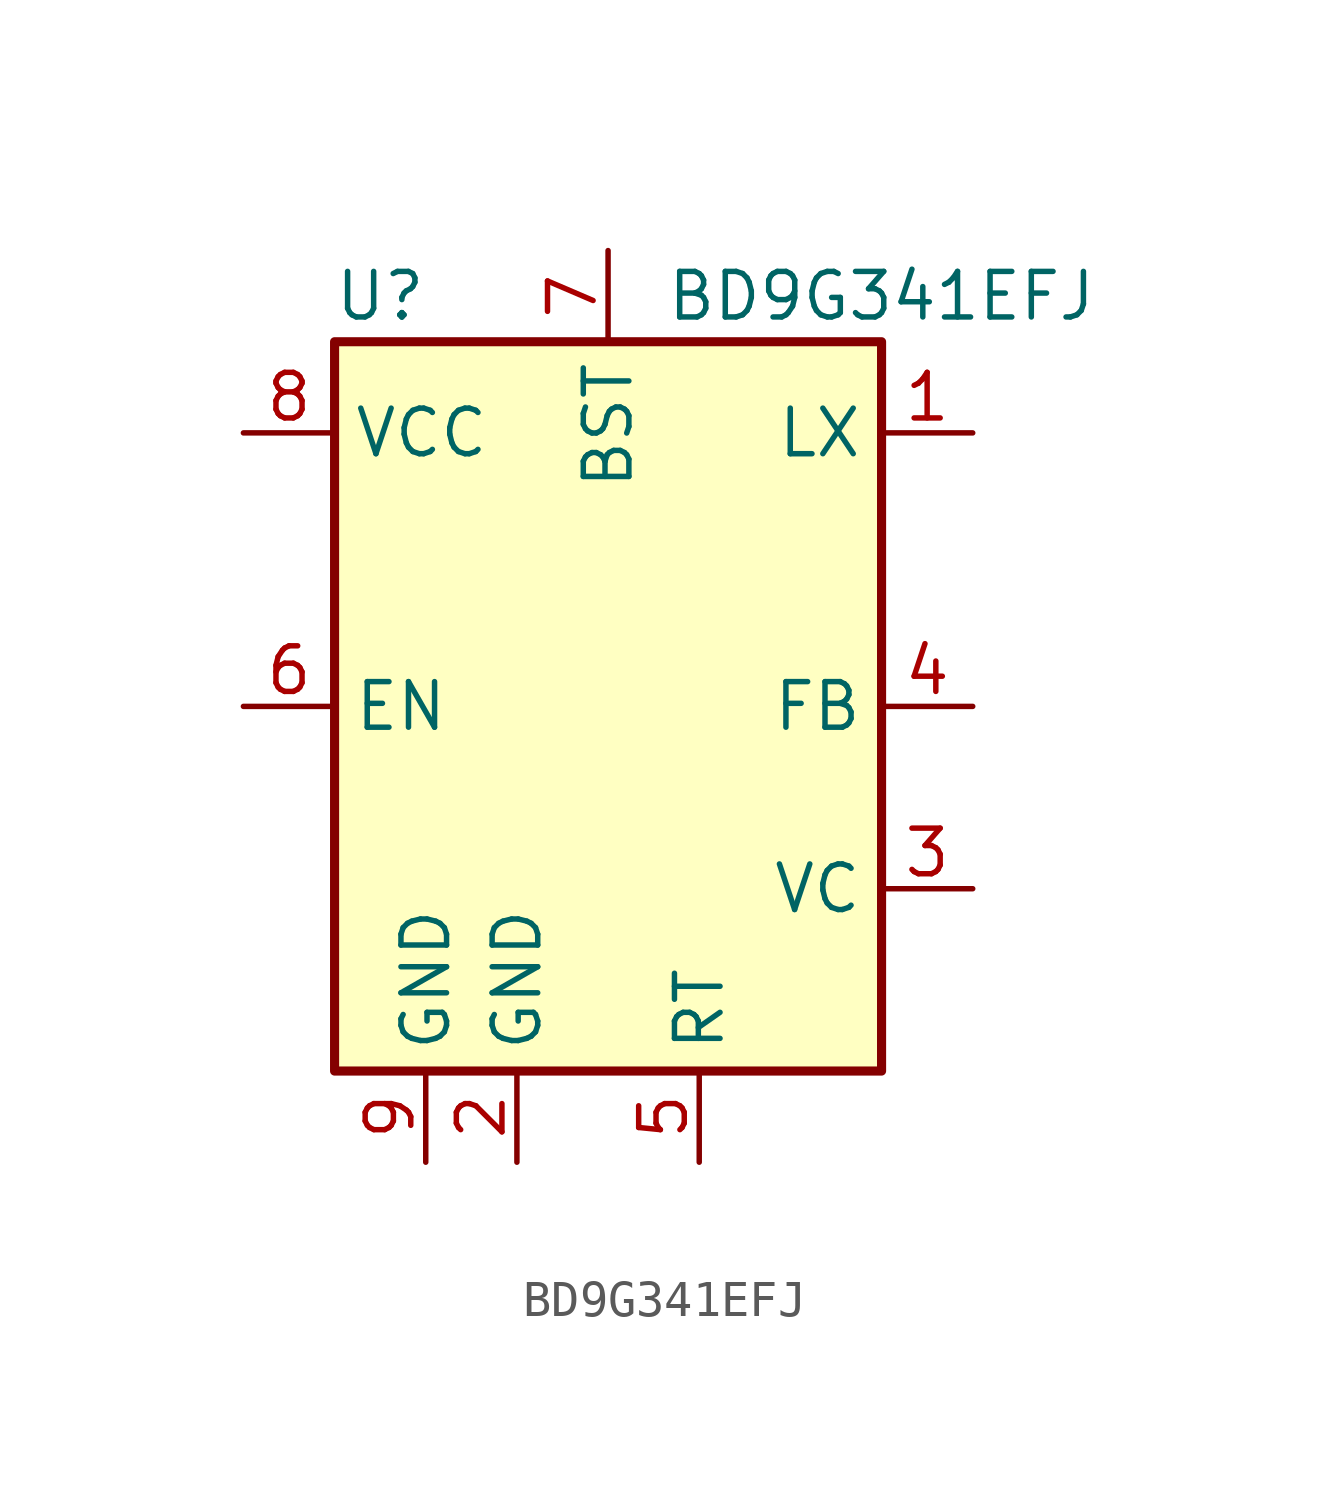
<source format=kicad_sym>
(kicad_symbol_lib
  (version 20211014)
  (generator kicad_symbol_editor)
  (symbol "BD9G341EFJ"
    (property "Reference" "U"
      (at -6.35 11.43 0)
      (effects (font (size 1.27 1.27))))
    (property "Value" "BD9G341EFJ"
      (at 7.62 11.43 0)
      (effects (font (size 1.27 1.27))))
    (symbol "BD9G341EFJ_0_1"
      (rectangle (start -7.62 10.16) (end 7.62 -10.16) (stroke (width 0.254) (type default) (color 0 0 0 0)) (fill (type background))))
    (symbol "BD9G341EFJ_1_1"
      (pin passive line (at 10.16 7.62 180) (length 2.54) (name "LX" (effects (font (size 1.27 1.27)))) (number "1" (effects (font (size 1.27 1.27)))))
      (pin power_in line (at -2.54 -12.7 90) (length 2.54) (name "GND" (effects (font (size 1.27 1.27)))) (number "2" (effects (font (size 1.27 1.27)))))
      (pin output line (at 10.16 -5.08 180) (length 2.54) (name "VC" (effects (font (size 1.27 1.27)))) (number "3" (effects (font (size 1.27 1.27)))))
      (pin input line (at 10.16 0 180) (length 2.54) (name "FB" (effects (font (size 1.27 1.27)))) (number "4" (effects (font (size 1.27 1.27)))))
      (pin input line (at 2.54 -12.7 90) (length 2.54) (name "RT" (effects (font (size 1.27 1.27)))) (number "5" (effects (font (size 1.27 1.27)))))
      (pin input line (at -10.16 0 0) (length 2.54) (name "EN" (effects (font (size 1.27 1.27)))) (number "6" (effects (font (size 1.27 1.27)))))
      (pin input line (at 0 12.7 270) (length 2.54) (name "BST" (effects (font (size 1.27 1.27)))) (number "7" (effects (font (size 1.27 1.27)))))
      (pin power_in line (at -10.16 7.62 0) (length 2.54) (name "VCC" (effects (font (size 1.27 1.27)))) (number "8" (effects (font (size 1.27 1.27)))))
      (pin power_in line (at -5.08 -12.7 90) (length 2.54) (name "GND" (effects (font (size 1.27 1.27)))) (number "9" (effects (font (size 1.27 1.27))))))))
</source>
